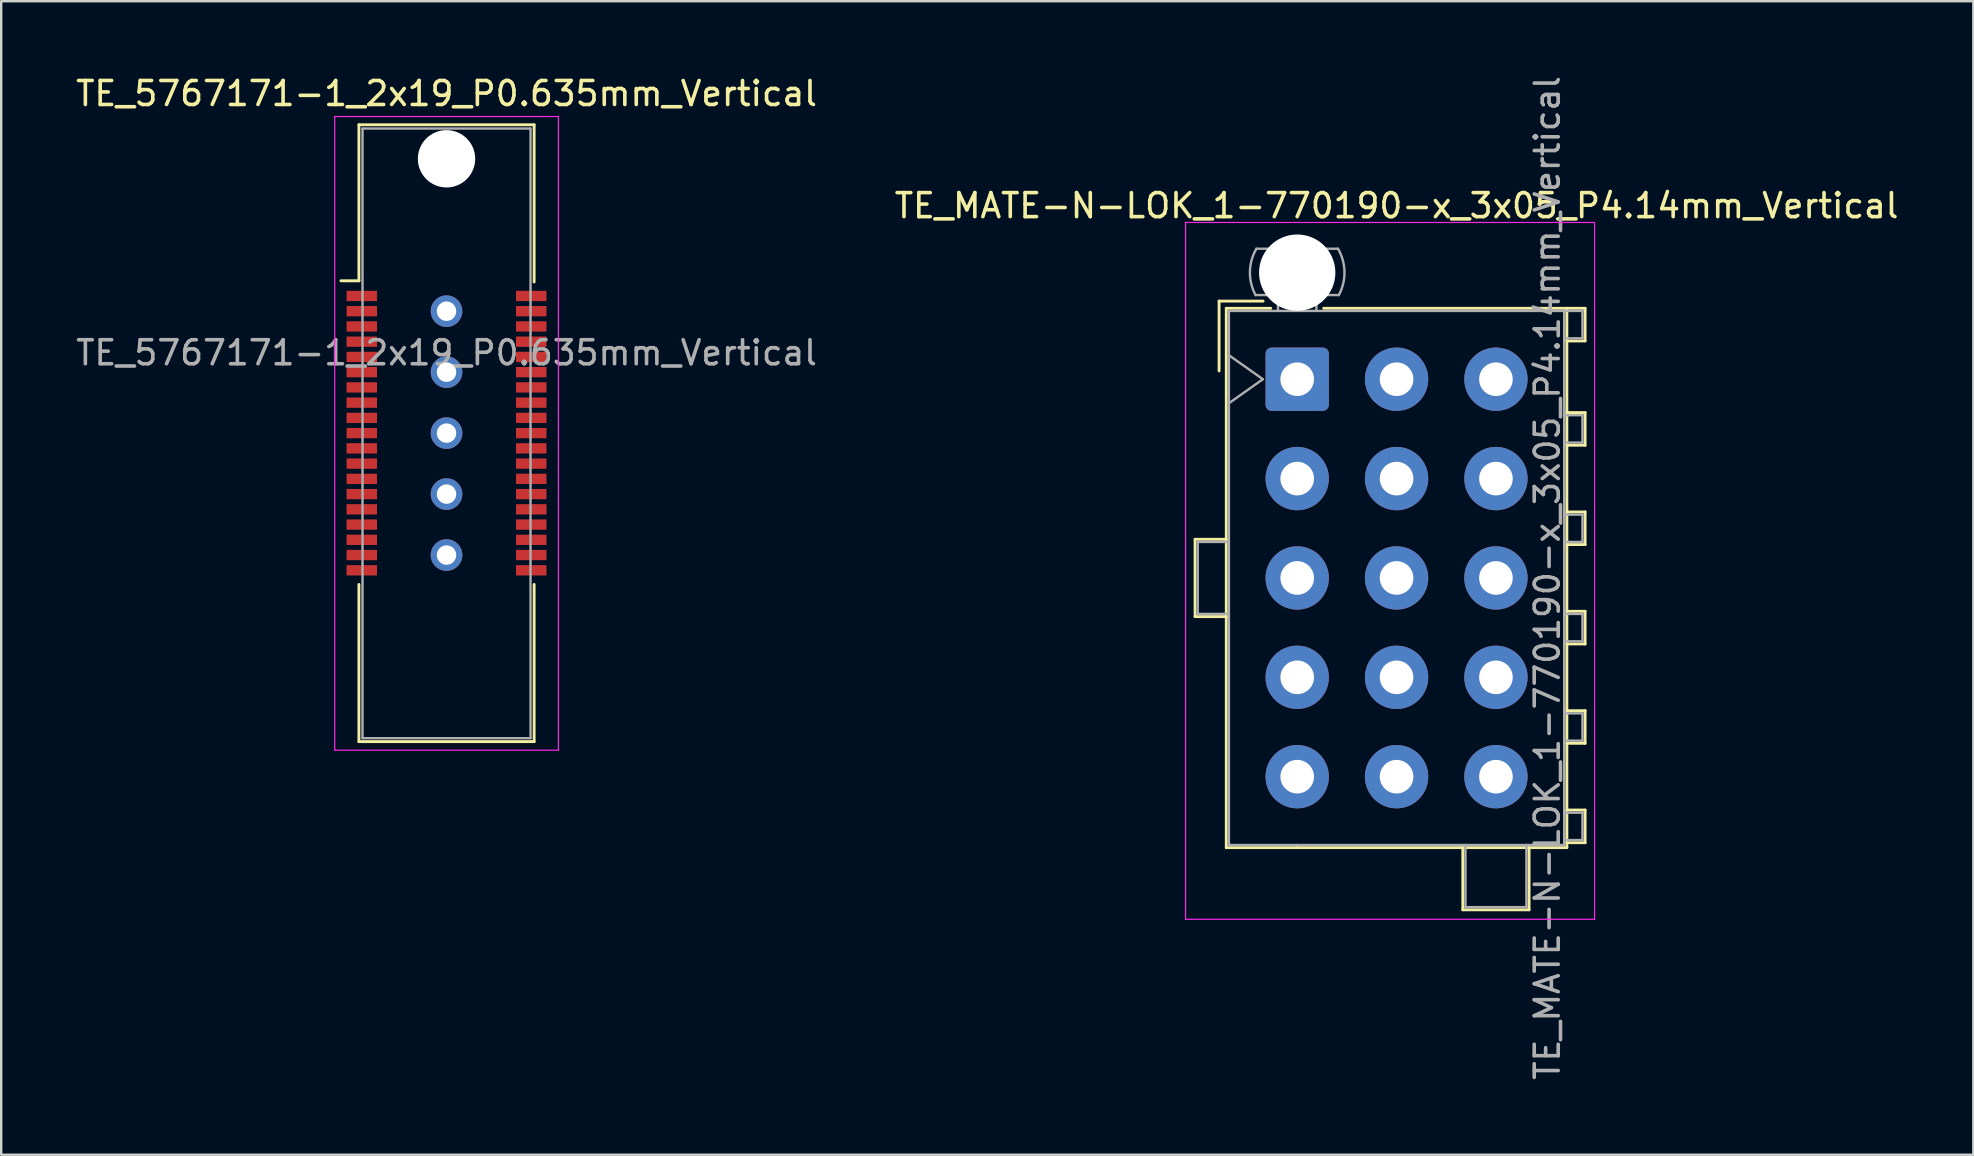
<source format=kicad_pcb>
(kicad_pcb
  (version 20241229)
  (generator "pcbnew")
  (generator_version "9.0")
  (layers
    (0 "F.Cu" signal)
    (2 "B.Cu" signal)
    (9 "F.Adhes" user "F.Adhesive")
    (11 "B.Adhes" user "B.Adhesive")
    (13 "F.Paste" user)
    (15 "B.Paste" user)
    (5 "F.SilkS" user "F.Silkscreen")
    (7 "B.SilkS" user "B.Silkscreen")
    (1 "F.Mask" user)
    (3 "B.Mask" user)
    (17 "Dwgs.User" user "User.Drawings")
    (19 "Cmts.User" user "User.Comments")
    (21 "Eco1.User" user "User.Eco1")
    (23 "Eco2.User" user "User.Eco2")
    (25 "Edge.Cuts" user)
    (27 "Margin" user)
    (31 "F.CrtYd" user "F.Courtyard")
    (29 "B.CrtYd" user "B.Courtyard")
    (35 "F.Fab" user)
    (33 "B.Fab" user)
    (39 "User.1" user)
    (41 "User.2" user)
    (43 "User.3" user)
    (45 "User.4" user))
  (footprint "TE_5767171-1_2x19_P0.635mm_Vertical"
    (layer "F.Cu")
    (at 15.554 15.006)
    (property "Reference" "TE_5767171-1_2x19_P0.635mm_Vertical" (at 0 -14.158 0) (layer "F.SilkS") (effects (font (size 1 1) (thickness 0.15))))
    (attr smd)
    (fp_line (start -3.65 -12.857) (end 3.65 -12.857) (stroke (width 0.12) (type solid)) (layer "F.SilkS"))
    (fp_line (start -3.65 -6.357) (end -4.4 -6.357) (stroke (width 0.12) (type solid)) (layer "F.SilkS"))
    (fp_line (start -3.65 -6.357) (end -3.65 -12.857) (stroke (width 0.12) (type solid)) (layer "F.SilkS"))
    (fp_line (start -3.65 12.842) (end -3.65 6.293) (stroke (width 0.12) (type solid)) (layer "F.SilkS"))
    (fp_line (start 3.65 -12.857) (end 3.65 -6.308) (stroke (width 0.12) (type solid)) (layer "F.SilkS"))
    (fp_line (start 3.65 6.293) (end 3.65 12.842) (stroke (width 0.12) (type solid)) (layer "F.SilkS"))
    (fp_line (start 3.65 12.842) (end -3.65 12.842) (stroke (width 0.12) (type solid)) (layer "F.SilkS"))
    (fp_line (start -4.66 -13.2) (end 4.66 -13.2) (stroke (width 0.05) (type solid)) (layer "F.CrtYd"))
    (fp_line (start -4.66 13.2) (end -4.66 -13.2) (stroke (width 0.05) (type solid)) (layer "F.CrtYd"))
    (fp_line (start 4.66 -13.2) (end 4.66 13.2) (stroke (width 0.05) (type solid)) (layer "F.CrtYd"))
    (fp_line (start 4.66 13.2) (end -4.66 13.2) (stroke (width 0.05) (type solid)) (layer "F.CrtYd"))
    (fp_line (start -3.5 -12.7) (end 3.5 -12.7) (stroke (width 0.1) (type solid)) (layer "F.Fab"))
    (fp_line (start -3.5 12.7) (end -3.5 -12.7) (stroke (width 0.1) (type solid)) (layer "F.Fab"))
    (fp_line (start -3.5 12.7) (end 3.5 12.7) (stroke (width 0.1) (type solid)) (layer "F.Fab"))
    (fp_line (start 3.5 -12.7) (end 3.5 12.7) (stroke (width 0.1) (type solid)) (layer "F.Fab"))
    (fp_text user "${REFERENCE}" (at 0 -3.357 0) (layer "F.Fab") (effects (font (size 1 1) (thickness 0.15))))
    (pad "" np_thru_hole circle (at 0 -11.44 90) (size 2.39 2.39) (drill 2.39) (layers "*.Cu" "*.Mask"))
    (pad "1" smd rect (at -3.53 -5.725 180) (size 1.27 0.43) (layers "F.Cu" "F.Mask" "F.Paste"))
    (pad "2" smd rect (at 3.53 -5.725 180) (size 1.27 0.43) (layers "F.Cu" "F.Mask" "F.Paste"))
    (pad "3" smd rect (at -3.53 -5.09 180) (size 1.27 0.43) (layers "F.Cu" "F.Mask" "F.Paste"))
    (pad "4" smd rect (at 3.53 -5.09 180) (size 1.27 0.43) (layers "F.Cu" "F.Mask" "F.Paste"))
    (pad "5" smd rect (at -3.53 -4.455 180) (size 1.27 0.43) (layers "F.Cu" "F.Mask" "F.Paste"))
    (pad "6" smd rect (at 3.53 -4.455 180) (size 1.27 0.43) (layers "F.Cu" "F.Mask" "F.Paste"))
    (pad "7" smd rect (at -3.53 -3.82 180) (size 1.27 0.43) (layers "F.Cu" "F.Mask" "F.Paste"))
    (pad "8" smd rect (at 3.53 -3.82 180) (size 1.27 0.43) (layers "F.Cu" "F.Mask" "F.Paste"))
    (pad "9" smd rect (at -3.53 -3.185 180) (size 1.27 0.43) (layers "F.Cu" "F.Mask" "F.Paste"))
    (pad "10" smd rect (at 3.53 -3.185 180) (size 1.27 0.43) (layers "F.Cu" "F.Mask" "F.Paste"))
    (pad "11" smd rect (at -3.53 -2.55 180) (size 1.27 0.43) (layers "F.Cu" "F.Mask" "F.Paste"))
    (pad "12" smd rect (at 3.53 -2.55 180) (size 1.27 0.43) (layers "F.Cu" "F.Mask" "F.Paste"))
    (pad "13" smd rect (at -3.53 -1.915 180) (size 1.27 0.43) (layers "F.Cu" "F.Mask" "F.Paste"))
    (pad "14" smd rect (at 3.53 -1.915 180) (size 1.27 0.43) (layers "F.Cu" "F.Mask" "F.Paste"))
    (pad "15" smd rect (at -3.53 -1.28 180) (size 1.27 0.43) (layers "F.Cu" "F.Mask" "F.Paste"))
    (pad "16" smd rect (at 3.53 -1.28 180) (size 1.27 0.43) (layers "F.Cu" "F.Mask" "F.Paste"))
    (pad "17" smd rect (at -3.53 -0.645 180) (size 1.27 0.43) (layers "F.Cu" "F.Mask" "F.Paste"))
    (pad "18" smd rect (at 3.53 -0.645 180) (size 1.27 0.43) (layers "F.Cu" "F.Mask" "F.Paste"))
    (pad "19" smd rect (at -3.53 -0.01 180) (size 1.27 0.43) (layers "F.Cu" "F.Mask" "F.Paste"))
    (pad "20" smd rect (at 3.53 -0.01 180) (size 1.27 0.43) (layers "F.Cu" "F.Mask" "F.Paste"))
    (pad "21" smd rect (at -3.53 0.625 180) (size 1.27 0.43) (layers "F.Cu" "F.Mask" "F.Paste"))
    (pad "22" smd rect (at 3.53 0.625 180) (size 1.27 0.43) (layers "F.Cu" "F.Mask" "F.Paste"))
    (pad "23" smd rect (at -3.53 1.26 180) (size 1.27 0.43) (layers "F.Cu" "F.Mask" "F.Paste"))
    (pad "24" smd rect (at 3.53 1.26 180) (size 1.27 0.43) (layers "F.Cu" "F.Mask" "F.Paste"))
    (pad "25" smd rect (at -3.53 1.895 180) (size 1.27 0.43) (layers "F.Cu" "F.Mask" "F.Paste"))
    (pad "26" smd rect (at 3.53 1.895 180) (size 1.27 0.43) (layers "F.Cu" "F.Mask" "F.Paste"))
    (pad "27" smd rect (at -3.53 2.53 180) (size 1.27 0.43) (layers "F.Cu" "F.Mask" "F.Paste"))
    (pad "28" smd rect (at 3.53 2.53 180) (size 1.27 0.43) (layers "F.Cu" "F.Mask" "F.Paste"))
    (pad "29" smd rect (at -3.53 3.165 180) (size 1.27 0.43) (layers "F.Cu" "F.Mask" "F.Paste"))
    (pad "30" smd rect (at 3.53 3.165 180) (size 1.27 0.43) (layers "F.Cu" "F.Mask" "F.Paste"))
    (pad "31" smd rect (at -3.53 3.8 180) (size 1.27 0.43) (layers "F.Cu" "F.Mask" "F.Paste"))
    (pad "32" smd rect (at 3.53 3.8 180) (size 1.27 0.43) (layers "F.Cu" "F.Mask" "F.Paste"))
    (pad "33" smd rect (at -3.53 4.435 180) (size 1.27 0.43) (layers "F.Cu" "F.Mask" "F.Paste"))
    (pad "34" smd rect (at 3.53 4.435 180) (size 1.27 0.43) (layers "F.Cu" "F.Mask" "F.Paste"))
    (pad "35" smd rect (at -3.53 5.07 180) (size 1.27 0.43) (layers "F.Cu" "F.Mask" "F.Paste"))
    (pad "36" smd rect (at 3.53 5.07 180) (size 1.27 0.43) (layers "F.Cu" "F.Mask" "F.Paste"))
    (pad "37" smd rect (at -3.53 5.705 180) (size 1.27 0.43) (layers "F.Cu" "F.Mask" "F.Paste"))
    (pad "38" smd rect (at 3.53 5.705 180) (size 1.27 0.43) (layers "F.Cu" "F.Mask" "F.Paste"))
    (pad "SH" thru_hole circle (at 0 -5.09 90) (size 1.318 1.318) (drill 0.81) (layers "*.Cu" "*.Mask"))
    (pad "SH" thru_hole circle (at 0 -2.55 90) (size 1.318 1.318) (drill 0.81) (layers "*.Cu" "*.Mask"))
    (pad "SH" thru_hole circle (at 0 -0.01 90) (size 1.318 1.318) (drill 0.81) (layers "*.Cu" "*.Mask"))
    (pad "SH" thru_hole circle (at 0 2.53 90) (size 1.318 1.318) (drill 0.81) (layers "*.Cu" "*.Mask"))
    (pad "SH" thru_hole circle (at 0 5.07 90) (size 1.318 1.318) (drill 0.81) (layers "*.Cu" "*.Mask")))
  (footprint "TE_MATE-N-LOK_1-770190-x_3x05_P4.14mm_Vertical"
    (layer "F.Cu")
    (at 50.997 12.75)
    (property "Reference" "TE_MATE-N-LOK_1-770190-x_3x05_P4.14mm_Vertical" (at 4.14 -7.23 0) (layer "F.SilkS") (effects (font (size 1 1) (thickness 0.15))))
    (attr through_hole)
    (fp_line (start -4.255 6.67) (end -4.255 9.89) (stroke (width 0.12) (type solid)) (layer "F.SilkS"))
    (fp_line (start -4.255 9.89) (end -2.955 9.89) (stroke (width 0.12) (type solid)) (layer "F.SilkS"))
    (fp_line (start -3.255 -3.255) (end -3.255 -0.345) (stroke (width 0.12) (type solid)) (layer "F.SilkS"))
    (fp_line (start -2.955 -2.955) (end -2.955 19.515) (stroke (width 0.12) (type solid)) (layer "F.SilkS"))
    (fp_line (start -2.955 6.67) (end -4.255 6.67) (stroke (width 0.12) (type solid)) (layer "F.SilkS"))
    (fp_line (start -2.955 19.515) (end 0 19.515) (stroke (width 0.12) (type solid)) (layer "F.SilkS"))
    (fp_line (start -1.421 -3.255) (end -3.255 -3.255) (stroke (width 0.12) (type solid)) (layer "F.SilkS"))
    (fp_line (start -1.103 -2.955) (end -2.955 -2.955) (stroke (width 0.12) (type solid)) (layer "F.SilkS"))
    (fp_line (start 1.103 -2.955) (end 11.235 -2.955) (stroke (width 0.12) (type solid)) (layer "F.SilkS"))
    (fp_line (start 6.9 19.515) (end 6.9 22.106) (stroke (width 0.12) (type solid)) (layer "F.SilkS"))
    (fp_line (start 6.9 22.106) (end 9.66 22.106) (stroke (width 0.12) (type solid)) (layer "F.SilkS"))
    (fp_line (start 9.66 22.106) (end 9.66 19.515) (stroke (width 0.12) (type solid)) (layer "F.SilkS"))
    (fp_line (start 11.235 -2.955) (end 11.235 19.515) (stroke (width 0.12) (type solid)) (layer "F.SilkS"))
    (fp_line (start 11.235 -2.955) (end 11.995 -2.955) (stroke (width 0.12) (type solid)) (layer "F.SilkS"))
    (fp_line (start 11.235 1.39) (end 11.995 1.39) (stroke (width 0.12) (type solid)) (layer "F.SilkS"))
    (fp_line (start 11.235 5.53) (end 11.995 5.53) (stroke (width 0.12) (type solid)) (layer "F.SilkS"))
    (fp_line (start 11.235 9.67) (end 11.995 9.67) (stroke (width 0.12) (type solid)) (layer "F.SilkS"))
    (fp_line (start 11.235 13.81) (end 11.995 13.81) (stroke (width 0.12) (type solid)) (layer "F.SilkS"))
    (fp_line (start 11.235 17.95) (end 11.995 17.95) (stroke (width 0.12) (type solid)) (layer "F.SilkS"))
    (fp_line (start 11.235 19.515) (end 0 19.515) (stroke (width 0.12) (type solid)) (layer "F.SilkS"))
    (fp_line (start 11.995 -2.955) (end 11.995 -1.595) (stroke (width 0.12) (type solid)) (layer "F.SilkS"))
    (fp_line (start 11.995 -1.595) (end 11.235 -1.595) (stroke (width 0.12) (type solid)) (layer "F.SilkS"))
    (fp_line (start 11.995 1.39) (end 11.995 2.75) (stroke (width 0.12) (type solid)) (layer "F.SilkS"))
    (fp_line (start 11.995 2.75) (end 11.235 2.75) (stroke (width 0.12) (type solid)) (layer "F.SilkS"))
    (fp_line (start 11.995 5.53) (end 11.995 6.89) (stroke (width 0.12) (type solid)) (layer "F.SilkS"))
    (fp_line (start 11.995 6.89) (end 11.235 6.89) (stroke (width 0.12) (type solid)) (layer "F.SilkS"))
    (fp_line (start 11.995 9.67) (end 11.995 11.03) (stroke (width 0.12) (type solid)) (layer "F.SilkS"))
    (fp_line (start 11.995 11.03) (end 11.235 11.03) (stroke (width 0.12) (type solid)) (layer "F.SilkS"))
    (fp_line (start 11.995 13.81) (end 11.995 15.17) (stroke (width 0.12) (type solid)) (layer "F.SilkS"))
    (fp_line (start 11.995 15.17) (end 11.235 15.17) (stroke (width 0.12) (type solid)) (layer "F.SilkS"))
    (fp_line (start 11.995 17.95) (end 11.995 19.31) (stroke (width 0.12) (type solid)) (layer "F.SilkS"))
    (fp_line (start 11.995 19.31) (end 11.235 19.31) (stroke (width 0.12) (type solid)) (layer "F.SilkS"))
    (fp_line (start -4.65 -6.53) (end -4.65 22.5) (stroke (width 0.05) (type solid)) (layer "F.CrtYd"))
    (fp_line (start -4.65 22.5) (end 12.39 22.5) (stroke (width 0.05) (type solid)) (layer "F.CrtYd"))
    (fp_line (start 12.39 -6.53) (end -4.65 -6.53) (stroke (width 0.05) (type solid)) (layer "F.CrtYd"))
    (fp_line (start 12.39 22.5) (end 12.39 -6.53) (stroke (width 0.05) (type solid)) (layer "F.CrtYd"))
    (fp_line (start -4.145 6.78) (end -4.145 9.78) (stroke (width 0.1) (type solid)) (layer "F.Fab"))
    (fp_line (start -4.145 9.78) (end -2.845 9.78) (stroke (width 0.1) (type solid)) (layer "F.Fab"))
    (fp_line (start -2.845 -2.845) (end -2.845 19.405) (stroke (width 0.1) (type solid)) (layer "F.Fab"))
    (fp_line (start -2.845 -1) (end -1.431 0) (stroke (width 0.1) (type solid)) (layer "F.Fab"))
    (fp_line (start -2.845 6.78) (end -4.145 6.78) (stroke (width 0.1) (type solid)) (layer "F.Fab"))
    (fp_line (start -2.845 19.405) (end 11.125 19.405) (stroke (width 0.1) (type solid)) (layer "F.Fab"))
    (fp_line (start -1.431 0) (end -2.845 1) (stroke (width 0.1) (type solid)) (layer "F.Fab"))
    (fp_line (start -0.8 -2.845) (end -0.8 -3.505) (stroke (width 0.1) (type solid)) (layer "F.Fab"))
    (fp_line (start 0.8 -2.845) (end 0.8 -3.505) (stroke (width 0.1) (type solid)) (layer "F.Fab"))
    (fp_line (start 1.7 -5.436) (end -1.7 -5.436) (stroke (width 0.1) (type solid)) (layer "F.Fab"))
    (fp_line (start 1.734 -3.505) (end -1.734 -3.505) (stroke (width 0.1) (type solid)) (layer "F.Fab"))
    (fp_line (start 7.01 19.405) (end 7.01 21.996) (stroke (width 0.1) (type solid)) (layer "F.Fab"))
    (fp_line (start 7.01 21.996) (end 9.55 21.996) (stroke (width 0.1) (type solid)) (layer "F.Fab"))
    (fp_line (start 9.55 21.996) (end 9.55 19.405) (stroke (width 0.1) (type solid)) (layer "F.Fab"))
    (fp_line (start 11.125 -2.845) (end -2.845 -2.845) (stroke (width 0.1) (type solid)) (layer "F.Fab"))
    (fp_line (start 11.125 -2.845) (end 11.885 -2.845) (stroke (width 0.1) (type solid)) (layer "F.Fab"))
    (fp_line (start 11.125 1.5) (end 11.885 1.5) (stroke (width 0.1) (type solid)) (layer "F.Fab"))
    (fp_line (start 11.125 5.64) (end 11.885 5.64) (stroke (width 0.1) (type solid)) (layer "F.Fab"))
    (fp_line (start 11.125 9.78) (end 11.885 9.78) (stroke (width 0.1) (type solid)) (layer "F.Fab"))
    (fp_line (start 11.125 13.92) (end 11.885 13.92) (stroke (width 0.1) (type solid)) (layer "F.Fab"))
    (fp_line (start 11.125 18.06) (end 11.885 18.06) (stroke (width 0.1) (type solid)) (layer "F.Fab"))
    (fp_line (start 11.125 19.405) (end 11.125 -2.845) (stroke (width 0.1) (type solid)) (layer "F.Fab"))
    (fp_line (start 11.885 -2.845) (end 11.885 -1.705) (stroke (width 0.1) (type solid)) (layer "F.Fab"))
    (fp_line (start 11.885 -1.705) (end 11.125 -1.705) (stroke (width 0.1) (type solid)) (layer "F.Fab"))
    (fp_line (start 11.885 1.5) (end 11.885 2.64) (stroke (width 0.1) (type solid)) (layer "F.Fab"))
    (fp_line (start 11.885 2.64) (end 11.125 2.64) (stroke (width 0.1) (type solid)) (layer "F.Fab"))
    (fp_line (start 11.885 5.64) (end 11.885 6.78) (stroke (width 0.1) (type solid)) (layer "F.Fab"))
    (fp_line (start 11.885 6.78) (end 11.125 6.78) (stroke (width 0.1) (type solid)) (layer "F.Fab"))
    (fp_line (start 11.885 9.78) (end 11.885 10.92) (stroke (width 0.1) (type solid)) (layer "F.Fab"))
    (fp_line (start 11.885 10.92) (end 11.125 10.92) (stroke (width 0.1) (type solid)) (layer "F.Fab"))
    (fp_line (start 11.885 13.92) (end 11.885 15.06) (stroke (width 0.1) (type solid)) (layer "F.Fab"))
    (fp_line (start 11.885 15.06) (end 11.125 15.06) (stroke (width 0.1) (type solid)) (layer "F.Fab"))
    (fp_line (start 11.885 18.06) (end 11.885 19.2) (stroke (width 0.1) (type solid)) (layer "F.Fab"))
    (fp_line (start 11.885 19.2) (end 11.125 19.2) (stroke (width 0.1) (type solid)) (layer "F.Fab"))
    (fp_arc (start -1.733977 -3.505) (mid -1.969689 -4.474992) (end -1.699672 -5.436) (stroke (width 0.1) (type solid)) (layer "F.Fab"))
    (fp_arc (start 1.699672 -5.436) (mid 1.969689 -4.474992) (end 1.733977 -3.505) (stroke (width 0.1) (type solid)) (layer "F.Fab"))
    (fp_text user "${REFERENCE}" (at 10.42 8.28 90) (layer "F.Fab") (effects (font (size 1 1) (thickness 0.15))))
    (pad "" np_thru_hole circle (at 0 -4.44) (size 3.18 3.18) (drill 3.18) (layers "*.Cu" "*.Mask"))
    (pad "1" thru_hole roundrect (at 0 0) (size 2.64 2.64) (drill 1.4) (layers "*.Cu" "*.Mask") (roundrect_rratio 0.095))
    (pad "2" thru_hole circle (at 0 4.14) (size 2.64 2.64) (drill 1.4) (layers "*.Cu" "*.Mask"))
    (pad "3" thru_hole circle (at 0 8.28) (size 2.64 2.64) (drill 1.4) (layers "*.Cu" "*.Mask"))
    (pad "4" thru_hole circle (at 0 12.42) (size 2.64 2.64) (drill 1.4) (layers "*.Cu" "*.Mask"))
    (pad "5" thru_hole circle (at 0 16.56) (size 2.64 2.64) (drill 1.4) (layers "*.Cu" "*.Mask"))
    (pad "6" thru_hole circle (at 4.14 0) (size 2.64 2.64) (drill 1.4) (layers "*.Cu" "*.Mask"))
    (pad "7" thru_hole circle (at 4.14 4.14) (size 2.64 2.64) (drill 1.4) (layers "*.Cu" "*.Mask"))
    (pad "8" thru_hole circle (at 4.14 8.28) (size 2.64 2.64) (drill 1.4) (layers "*.Cu" "*.Mask"))
    (pad "9" thru_hole circle (at 4.14 12.42) (size 2.64 2.64) (drill 1.4) (layers "*.Cu" "*.Mask"))
    (pad "10" thru_hole circle (at 4.14 16.56) (size 2.64 2.64) (drill 1.4) (layers "*.Cu" "*.Mask"))
    (pad "11" thru_hole circle (at 8.28 0) (size 2.64 2.64) (drill 1.4) (layers "*.Cu" "*.Mask"))
    (pad "12" thru_hole circle (at 8.28 4.14) (size 2.64 2.64) (drill 1.4) (layers "*.Cu" "*.Mask"))
    (pad "13" thru_hole circle (at 8.28 8.28) (size 2.64 2.64) (drill 1.4) (layers "*.Cu" "*.Mask"))
    (pad "14" thru_hole circle (at 8.28 12.42) (size 2.64 2.64) (drill 1.4) (layers "*.Cu" "*.Mask"))
    (pad "15" thru_hole circle (at 8.28 16.56) (size 2.64 2.64) (drill 1.4) (layers "*.Cu" "*.Mask")))
  (gr_rect
    (start -3 -3)
    (end 79.167 45.06)
    (stroke (width 0.1) (type default))
    (fill no)
    (layer "Edge.Cuts")))
</source>
